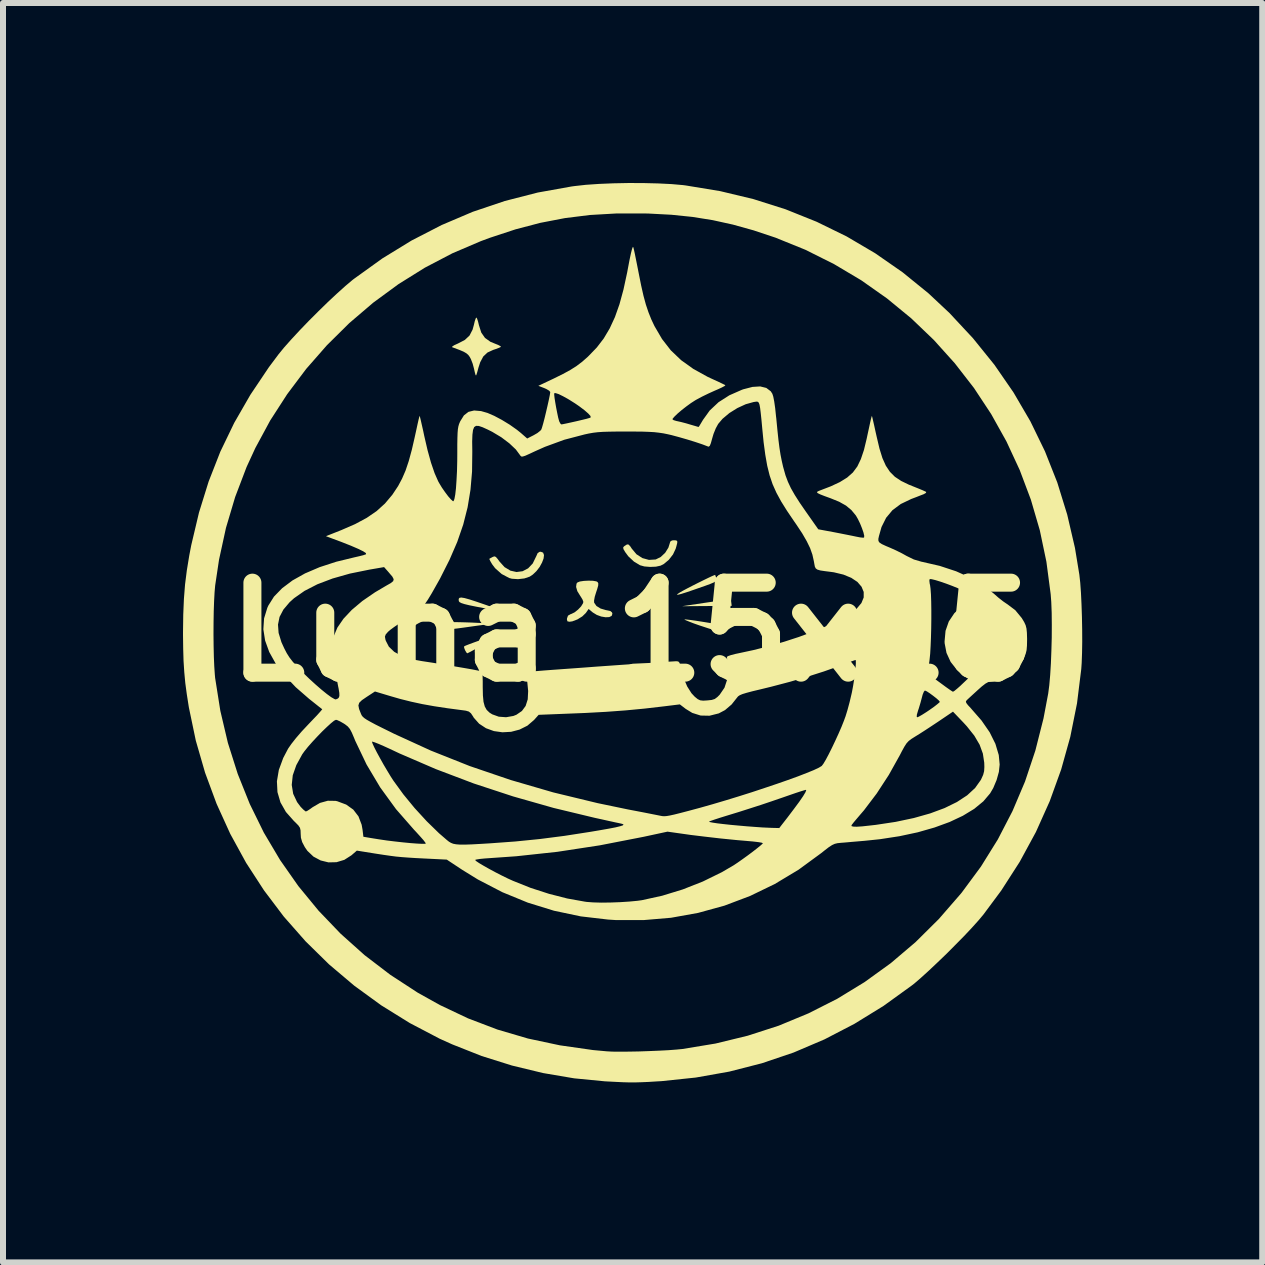
<source format=kicad_pcb>
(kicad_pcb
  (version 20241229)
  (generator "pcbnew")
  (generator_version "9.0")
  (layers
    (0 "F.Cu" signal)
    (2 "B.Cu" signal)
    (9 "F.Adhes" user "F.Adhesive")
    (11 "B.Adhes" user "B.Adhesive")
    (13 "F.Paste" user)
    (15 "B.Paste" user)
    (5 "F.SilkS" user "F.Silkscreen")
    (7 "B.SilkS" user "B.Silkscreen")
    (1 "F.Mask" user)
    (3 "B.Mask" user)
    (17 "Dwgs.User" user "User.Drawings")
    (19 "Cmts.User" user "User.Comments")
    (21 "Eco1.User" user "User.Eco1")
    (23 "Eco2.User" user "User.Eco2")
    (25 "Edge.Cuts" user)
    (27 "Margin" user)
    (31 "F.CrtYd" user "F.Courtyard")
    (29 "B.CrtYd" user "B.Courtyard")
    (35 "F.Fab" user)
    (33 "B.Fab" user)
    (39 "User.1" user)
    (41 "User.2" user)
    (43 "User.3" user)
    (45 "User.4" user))
  (footprint "Luna_15x15"
    (layer "F.Cu")
    (at 7.478 7.482)
    (property "Reference" "Luna_15x15" (at 0 0 0) (layer "F.SilkS") (effects (font (size 1.5 1.5) (thickness 0.3))))
    (attr board_only exclude_from_pos_files exclude_from_bom)
    (fp_poly (pts (xy 1.649 -0.544) (xy 1.655 -0.521) (xy 1.66 -0.487) (xy 1.666 -0.435) (xy 1.252 -0.432) (xy 0.838 -0.429) (xy 1.241 -0.489) (xy 1.366 -0.507) (xy 1.476 -0.523) (xy 1.564 -0.535) (xy 1.624 -0.542) (xy 1.649 -0.544)) (stroke (width 0) (type solid)) (fill yes) (layer "F.SilkS"))
    (fp_poly (pts (xy -2.876 -0.163) (xy -2.766 -0.16) (xy -2.679 -0.157) (xy -2.324 -0.14) (xy -2.663 -0.092) (xy -2.805 -0.072) (xy -2.91 -0.058) (xy -2.983 -0.05) (xy -3.032 -0.047) (xy -3.06 -0.05) (xy -3.073 -0.059) (xy -3.077 -0.074) (xy -3.077 -0.094) (xy -3.077 -0.094) (xy -3.069 -0.139) (xy -3.055 -0.159) (xy -3.028 -0.163) (xy -2.966 -0.164)) (stroke (width 0) (type solid)) (fill yes) (layer "F.SilkS"))
    (fp_poly (pts (xy -2.786 -0.565) (xy -2.703 -0.542) (xy -2.586 -0.504) (xy -2.534 -0.486) (xy -2.426 -0.449) (xy -2.332 -0.416) (xy -2.26 -0.39) (xy -2.217 -0.373) (xy -2.209 -0.369) (xy -2.216 -0.362) (xy -2.263 -0.364) (xy -2.35 -0.377) (xy -2.474 -0.399) (xy -2.589 -0.421) (xy -2.707 -0.445) (xy -2.789 -0.465) (xy -2.841 -0.482) (xy -2.87 -0.498) (xy -2.882 -0.515) (xy -2.882 -0.517) (xy -2.884 -0.549) (xy -2.872 -0.568) (xy -2.841 -0.574)) (stroke (width 0) (type solid)) (fill yes) (layer "F.SilkS"))
    (fp_poly (pts (xy -2.178 0.027) (xy -2.19 0.039) (xy -2.232 0.066) (xy -2.297 0.106) (xy -2.376 0.154) (xy -2.464 0.205) (xy -2.552 0.256) (xy -2.634 0.301) (xy -2.702 0.337) (xy -2.739 0.356) (xy -2.755 0.343) (xy -2.777 0.305) (xy -2.793 0.263) (xy -2.794 0.241) (xy -2.769 0.228) (xy -2.713 0.206) (xy -2.635 0.177) (xy -2.543 0.144) (xy -2.446 0.11) (xy -2.352 0.079) (xy -2.271 0.052) (xy -2.211 0.034) (xy -2.18 0.027)) (stroke (width 0) (type solid)) (fill yes) (layer "F.SilkS"))
    (fp_poly (pts (xy 0.917 -0.207) (xy 0.986 -0.199) (xy 1.077 -0.186) (xy 1.178 -0.17) (xy 1.277 -0.154) (xy 1.361 -0.14) (xy 1.421 -0.131) (xy 1.448 -0.128) (xy 1.448 -0.128) (xy 1.46 -0.109) (xy 1.464 -0.076) (xy 1.458 -0.032) (xy 1.448 -0.015) (xy 1.424 -0.018) (xy 1.366 -0.033) (xy 1.284 -0.058) (xy 1.184 -0.091) (xy 1.135 -0.107) (xy 1.035 -0.142) (xy 0.955 -0.173) (xy 0.901 -0.195) (xy 0.878 -0.208) (xy 0.881 -0.21)) (stroke (width 0) (type solid)) (fill yes) (layer "F.SilkS"))
    (fp_poly (pts (xy 1.399 -0.928) (xy 1.41 -0.896) (xy 1.415 -0.876) (xy 1.412 -0.859) (xy 1.396 -0.842) (xy 1.363 -0.823) (xy 1.308 -0.8) (xy 1.224 -0.769) (xy 1.109 -0.729) (xy 1.032 -0.702) (xy 0.908 -0.66) (xy 0.822 -0.633) (xy 0.771 -0.62) (xy 0.753 -0.621) (xy 0.767 -0.635) (xy 0.802 -0.658) (xy 0.851 -0.686) (xy 0.922 -0.724) (xy 1.007 -0.768) (xy 1.1 -0.815) (xy 1.191 -0.86) (xy 1.273 -0.9) (xy 1.339 -0.931) (xy 1.38 -0.948) (xy 1.39 -0.951)) (stroke (width 0) (type solid)) (fill yes) (layer "F.SilkS"))
    (fp_poly (pts (xy -1.477 -1.322) (xy -1.462 -1.282) (xy -1.469 -1.224) (xy -1.495 -1.156) (xy -1.535 -1.083) (xy -1.588 -1.014) (xy -1.649 -0.956) (xy -1.7 -0.922) (xy -1.789 -0.892) (xy -1.895 -0.88) (xy -1.997 -0.887) (xy -2.042 -0.899) (xy -2.168 -0.966) (xy -2.277 -1.063) (xy -2.326 -1.128) (xy -2.356 -1.179) (xy -2.372 -1.213) (xy -2.373 -1.219) (xy -2.351 -1.232) (xy -2.319 -1.249) (xy -2.29 -1.26) (xy -2.265 -1.251) (xy -2.234 -1.216) (xy -2.207 -1.178) (xy -2.12 -1.081) (xy -2.022 -1.022) (xy -1.92 -0.999) (xy -1.819 -1.012) (xy -1.727 -1.06) (xy -1.65 -1.141) (xy -1.594 -1.256) (xy -1.593 -1.257) (xy -1.569 -1.312) (xy -1.539 -1.334) (xy -1.516 -1.337)) (stroke (width 0) (type solid)) (fill yes) (layer "F.SilkS"))
    (fp_poly (pts (xy 0.74 -1.526) (xy 0.758 -1.515) (xy 0.759 -1.486) (xy 0.745 -1.43) (xy 0.733 -1.388) (xy 0.688 -1.292) (xy 0.618 -1.202) (xy 0.535 -1.133) (xy 0.481 -1.105) (xy 0.403 -1.088) (xy 0.306 -1.084) (xy 0.21 -1.092) (xy 0.138 -1.112) (xy 0.037 -1.173) (xy -0.057 -1.261) (xy -0.108 -1.33) (xy -0.137 -1.379) (xy -0.143 -1.406) (xy -0.129 -1.426) (xy -0.116 -1.435) (xy -0.078 -1.459) (xy -0.051 -1.456) (xy -0.022 -1.424) (xy -0.000234 -1.39) (xy 0.079 -1.295) (xy 0.178 -1.231) (xy 0.287 -1.201) (xy 0.398 -1.208) (xy 0.402 -1.209) (xy 0.484 -1.25) (xy 0.558 -1.32) (xy 0.611 -1.405) (xy 0.628 -1.458) (xy 0.643 -1.507) (xy 0.671 -1.525) (xy 0.703 -1.528)) (stroke (width 0) (type solid)) (fill yes) (layer "F.SilkS"))
    (fp_poly (pts (xy -2.577 -5.222) (xy -2.561 -5.173) (xy -2.546 -5.111) (xy -2.507 -4.989) (xy -2.445 -4.9) (xy -2.355 -4.836) (xy -2.282 -4.806) (xy -2.223 -4.782) (xy -2.186 -4.762) (xy -2.18 -4.751) (xy -2.208 -4.737) (xy -2.263 -4.716) (xy -2.308 -4.701) (xy -2.404 -4.657) (xy -2.474 -4.591) (xy -2.525 -4.495) (xy -2.554 -4.406) (xy -2.572 -4.339) (xy -2.587 -4.29) (xy -2.595 -4.273) (xy -2.604 -4.287) (xy -2.616 -4.332) (xy -2.629 -4.39) (xy -2.651 -4.472) (xy -2.681 -4.549) (xy -2.701 -4.586) (xy -2.726 -4.619) (xy -2.757 -4.645) (xy -2.8 -4.67) (xy -2.865 -4.698) (xy -2.961 -4.734) (xy -2.992 -4.745) (xy -2.992 -4.757) (xy -2.956 -4.78) (xy -2.896 -4.807) (xy -2.782 -4.866) (xy -2.703 -4.94) (xy -2.652 -5.039) (xy -2.631 -5.115) (xy -2.615 -5.182) (xy -2.599 -5.227) (xy -2.589 -5.241)) (stroke (width 0) (type solid)) (fill yes) (layer "F.SilkS"))
    (fp_poly (pts (xy -0.646 -0.853) (xy -0.589 -0.843) (xy -0.569 -0.832) (xy -0.557 -0.809) (xy -0.559 -0.773) (xy -0.576 -0.712) (xy -0.591 -0.668) (xy -0.616 -0.587) (xy -0.628 -0.521) (xy -0.626 -0.488) (xy -0.588 -0.433) (xy -0.518 -0.39) (xy -0.426 -0.363) (xy -0.416 -0.362) (xy -0.357 -0.349) (xy -0.329 -0.326) (xy -0.322 -0.305) (xy -0.334 -0.268) (xy -0.374 -0.248) (xy -0.435 -0.245) (xy -0.508 -0.257) (xy -0.582 -0.284) (xy -0.649 -0.325) (xy -0.655 -0.33) (xy -0.718 -0.383) (xy -0.765 -0.316) (xy -0.824 -0.259) (xy -0.905 -0.209) (xy -0.989 -0.177) (xy -1.036 -0.17) (xy -1.071 -0.177) (xy -1.08 -0.207) (xy -1.078 -0.227) (xy -1.062 -0.272) (xy -1.018 -0.297) (xy -1.005 -0.301) (xy -0.952 -0.327) (xy -0.894 -0.373) (xy -0.843 -0.427) (xy -0.812 -0.478) (xy -0.806 -0.501) (xy -0.819 -0.538) (xy -0.849 -0.588) (xy -0.859 -0.603) (xy -0.906 -0.679) (xy -0.927 -0.75) (xy -0.92 -0.805) (xy -0.905 -0.825) (xy -0.864 -0.841) (xy -0.798 -0.851) (xy -0.72 -0.855)) (stroke (width 0) (type solid)) (fill yes) (layer "F.SilkS"))
    (fp_poly (pts (xy 0.199 -7.481) (xy 0.441 -7.475) (xy 0.664 -7.464) (xy 0.857 -7.447) (xy 0.902 -7.441) (xy 1.473 -7.347) (xy 2.028 -7.214) (xy 2.564 -7.044) (xy 3.082 -6.836) (xy 3.581 -6.592) (xy 4.058 -6.311) (xy 4.513 -5.995) (xy 4.945 -5.644) (xy 5.295 -5.316) (xy 5.688 -4.894) (xy 6.045 -4.452) (xy 6.363 -3.991) (xy 6.644 -3.51) (xy 6.887 -3.01) (xy 7.092 -2.492) (xy 7.258 -1.955) (xy 7.387 -1.4) (xy 7.46 -0.955) (xy 7.475 -0.819) (xy 7.487 -0.651) (xy 7.496 -0.46) (xy 7.503 -0.254) (xy 7.507 -0.044) (xy 7.508 0.16) (xy 7.505 0.35) (xy 7.499 0.516) (xy 7.492 0.617) (xy 7.421 1.19) (xy 7.309 1.748) (xy 7.157 2.292) (xy 6.966 2.821) (xy 6.736 3.334) (xy 6.466 3.831) (xy 6.158 4.31) (xy 5.86 4.711) (xy 5.776 4.811) (xy 5.667 4.932) (xy 5.538 5.069) (xy 5.395 5.214) (xy 5.247 5.363) (xy 5.097 5.507) (xy 4.954 5.642) (xy 4.823 5.761) (xy 4.711 5.858) (xy 4.663 5.895) (xy 4.195 6.233) (xy 3.711 6.531) (xy 3.212 6.79) (xy 2.698 7.009) (xy 2.169 7.188) (xy 1.626 7.327) (xy 1.068 7.426) (xy 0.495 7.486) (xy 0.424 7.49) (xy 0.279 7.499) (xy 0.161 7.504) (xy 0.058 7.507) (xy -0.041 7.507) (xy -0.148 7.504) (xy -0.272 7.498) (xy -0.427 7.49) (xy -0.446 7.489) (xy -0.96 7.439) (xy -1.478 7.351) (xy -1.995 7.226) (xy -2.501 7.067) (xy -2.989 6.874) (xy -3.2 6.779) (xy -3.7 6.517) (xy -4.175 6.222) (xy -4.623 5.896) (xy -5.044 5.54) (xy -5.436 5.155) (xy -5.798 4.744) (xy -6.128 4.307) (xy -6.426 3.848) (xy -6.69 3.366) (xy -6.918 2.865) (xy -7.11 2.346) (xy -7.265 1.81) (xy -7.38 1.259) (xy -7.383 1.241) (xy -7.415 1.037) (xy -7.44 0.851) (xy -7.457 0.67) (xy -7.469 0.484) (xy -7.475 0.281) (xy -7.478 0.049) (xy -7.478 0.04) (xy -6.97 0.04) (xy -6.968 0.232) (xy -6.964 0.413) (xy -6.957 0.575) (xy -6.948 0.708) (xy -6.943 0.764) (xy -6.856 1.314) (xy -6.73 1.849) (xy -6.566 2.366) (xy -6.366 2.865) (xy -6.131 3.344) (xy -5.86 3.801) (xy -5.556 4.235) (xy -5.219 4.645) (xy -4.851 5.029) (xy -4.452 5.386) (xy -4.024 5.713) (xy -3.567 6.011) (xy -3.196 6.218) (xy -2.727 6.44) (xy -2.238 6.626) (xy -1.728 6.776) (xy -1.197 6.889) (xy -0.644 6.968) (xy -0.414 6.989) (xy -0.322 6.994) (xy -0.196 6.995) (xy -0.047 6.994) (xy 0.118 6.991) (xy 0.288 6.985) (xy 0.456 6.978) (xy 0.611 6.97) (xy 0.744 6.96) (xy 0.847 6.95) (xy 1.398 6.859) (xy 1.932 6.729) (xy 2.449 6.562) (xy 2.946 6.356) (xy 3.424 6.114) (xy 3.881 5.835) (xy 4.317 5.52) (xy 4.729 5.17) (xy 5.118 4.784) (xy 5.482 4.365) (xy 5.501 4.342) (xy 5.82 3.91) (xy 6.101 3.458) (xy 6.346 2.985) (xy 6.555 2.492) (xy 6.727 1.976) (xy 6.863 1.439) (xy 6.941 1.026) (xy 6.959 0.888) (xy 6.974 0.717) (xy 6.986 0.521) (xy 6.994 0.311) (xy 7 0.094) (xy 7.001 -0.119) (xy 6.999 -0.32) (xy 6.992 -0.5) (xy 6.982 -0.631) (xy 6.911 -1.17) (xy 6.801 -1.695) (xy 6.652 -2.205) (xy 6.466 -2.699) (xy 6.245 -3.175) (xy 5.99 -3.632) (xy 5.703 -4.067) (xy 5.384 -4.478) (xy 5.036 -4.865) (xy 4.659 -5.226) (xy 4.255 -5.558) (xy 3.825 -5.861) (xy 3.371 -6.131) (xy 2.895 -6.369) (xy 2.397 -6.571) (xy 2.031 -6.693) (xy 1.686 -6.789) (xy 1.35 -6.863) (xy 1.012 -6.917) (xy 0.661 -6.953) (xy 0.284 -6.973) (xy 0.198 -6.975) (xy -0.262 -6.974) (xy -0.696 -6.949) (xy -1.114 -6.897) (xy -1.524 -6.818) (xy -1.936 -6.71) (xy -2.361 -6.57) (xy -2.515 -6.513) (xy -2.988 -6.311) (xy -3.447 -6.071) (xy -3.888 -5.796) (xy -4.309 -5.487) (xy -4.707 -5.147) (xy -5.08 -4.778) (xy -5.426 -4.383) (xy -5.741 -3.964) (xy -6.025 -3.524) (xy -6.273 -3.065) (xy -6.419 -2.748) (xy -6.609 -2.249) (xy -6.762 -1.735) (xy -6.878 -1.203) (xy -6.942 -0.775) (xy -6.952 -0.661) (xy -6.96 -0.514) (xy -6.966 -0.342) (xy -6.969 -0.155) (xy -6.97 0.04) (xy -7.478 0.04) (xy -7.478 0) (xy -7.474 -0.29) (xy -7.463 -0.55) (xy -7.444 -0.792) (xy -7.414 -1.029) (xy -7.374 -1.273) (xy -7.341 -1.445) (xy -7.212 -1.989) (xy -7.051 -2.507) (xy -6.856 -3.005) (xy -6.624 -3.486) (xy -6.355 -3.953) (xy -6.047 -4.412) (xy -5.887 -4.626) (xy -5.794 -4.74) (xy -5.674 -4.875) (xy -5.535 -5.025) (xy -5.383 -5.183) (xy -5.224 -5.342) (xy -5.065 -5.497) (xy -4.912 -5.64) (xy -4.772 -5.766) (xy -4.651 -5.868) (xy -4.626 -5.887) (xy -4.156 -6.225) (xy -3.67 -6.523) (xy -3.167 -6.782) (xy -2.65 -7.002) (xy -2.116 -7.182) (xy -1.567 -7.323) (xy -1.004 -7.424) (xy -0.953 -7.431) (xy -0.764 -7.452) (xy -0.545 -7.467) (xy -0.304 -7.477) (xy -0.053 -7.482)) (stroke (width 0) (type solid)) (fill yes) (layer "F.SilkS"))
    (fp_poly (pts (xy 0.025 -6.415) (xy 0.034 -6.383) (xy 0.049 -6.316) (xy 0.068 -6.222) (xy 0.091 -6.108) (xy 0.116 -5.981) (xy 0.116 -5.981) (xy 0.157 -5.775) (xy 0.196 -5.603) (xy 0.236 -5.456) (xy 0.279 -5.328) (xy 0.327 -5.208) (xy 0.379 -5.098) (xy 0.505 -4.882) (xy 0.651 -4.694) (xy 0.824 -4.529) (xy 1.028 -4.383) (xy 1.267 -4.251) (xy 1.351 -4.212) (xy 1.435 -4.174) (xy 1.504 -4.141) (xy 1.549 -4.119) (xy 1.561 -4.112) (xy 1.548 -4.099) (xy 1.503 -4.075) (xy 1.434 -4.043) (xy 1.385 -4.022) (xy 1.281 -3.975) (xy 1.172 -3.922) (xy 1.077 -3.871) (xy 1.058 -3.86) (xy 0.988 -3.815) (xy 0.911 -3.759) (xy 0.834 -3.699) (xy 0.765 -3.64) (xy 0.712 -3.589) (xy 0.682 -3.554) (xy 0.679 -3.544) (xy 0.698 -3.53) (xy 0.744 -3.516) (xy 0.759 -3.513) (xy 0.822 -3.499) (xy 0.906 -3.477) (xy 0.973 -3.457) (xy 1.042 -3.437) (xy 1.093 -3.422) (xy 1.114 -3.416) (xy 1.127 -3.433) (xy 1.154 -3.478) (xy 1.188 -3.535) (xy 1.3 -3.691) (xy 1.447 -3.829) (xy 1.627 -3.944) (xy 1.834 -4.035) (xy 1.858 -4.044) (xy 2.013 -4.084) (xy 2.141 -4.092) (xy 2.243 -4.067) (xy 2.317 -4.011) (xy 2.344 -3.969) (xy 2.359 -3.922) (xy 2.375 -3.84) (xy 2.391 -3.728) (xy 2.405 -3.593) (xy 2.409 -3.561) (xy 2.428 -3.364) (xy 2.445 -3.203) (xy 2.462 -3.069) (xy 2.48 -2.954) (xy 2.5 -2.853) (xy 2.522 -2.756) (xy 2.53 -2.727) (xy 2.563 -2.61) (xy 2.603 -2.503) (xy 2.653 -2.396) (xy 2.718 -2.282) (xy 2.801 -2.152) (xy 2.901 -2.007) (xy 3.109 -1.711) (xy 3.363 -1.664) (xy 3.476 -1.642) (xy 3.587 -1.62) (xy 3.682 -1.601) (xy 3.739 -1.589) (xy 3.806 -1.576) (xy 3.855 -1.571) (xy 3.872 -1.573) (xy 3.875 -1.602) (xy 3.862 -1.658) (xy 3.837 -1.73) (xy 3.805 -1.809) (xy 3.769 -1.883) (xy 3.736 -1.94) (xy 3.661 -2.031) (xy 3.571 -2.106) (xy 3.457 -2.17) (xy 3.317 -2.227) (xy 3.21 -2.266) (xy 3.139 -2.294) (xy 3.099 -2.314) (xy 3.087 -2.329) (xy 3.098 -2.341) (xy 3.127 -2.354) (xy 3.13 -2.355) (xy 3.317 -2.427) (xy 3.469 -2.498) (xy 3.59 -2.573) (xy 3.685 -2.657) (xy 3.76 -2.758) (xy 3.819 -2.881) (xy 3.87 -3.032) (xy 3.915 -3.218) (xy 3.929 -3.284) (xy 3.953 -3.394) (xy 3.973 -3.487) (xy 3.989 -3.557) (xy 4 -3.595) (xy 4.002 -3.601) (xy 4.009 -3.58) (xy 4.022 -3.523) (xy 4.041 -3.44) (xy 4.064 -3.335) (xy 4.083 -3.251) (xy 4.129 -3.056) (xy 4.178 -2.898) (xy 4.235 -2.771) (xy 4.303 -2.669) (xy 4.386 -2.586) (xy 4.49 -2.517) (xy 4.618 -2.455) (xy 4.685 -2.428) (xy 4.772 -2.393) (xy 4.845 -2.363) (xy 4.893 -2.341) (xy 4.908 -2.333) (xy 4.903 -2.317) (xy 4.868 -2.297) (xy 4.866 -2.296) (xy 4.816 -2.277) (xy 4.743 -2.248) (xy 4.661 -2.217) (xy 4.658 -2.216) (xy 4.483 -2.132) (xy 4.345 -2.029) (xy 4.24 -1.903) (xy 4.163 -1.749) (xy 4.12 -1.597) (xy 4.11 -1.55) (xy 4.112 -1.516) (xy 4.129 -1.49) (xy 4.169 -1.464) (xy 4.238 -1.432) (xy 4.307 -1.403) (xy 4.403 -1.36) (xy 4.502 -1.311) (xy 4.583 -1.266) (xy 4.583 -1.266) (xy 4.702 -1.208) (xy 4.831 -1.17) (xy 4.838 -1.169) (xy 5.134 -1.101) (xy 5.407 -1.011) (xy 5.652 -0.901) (xy 5.866 -0.774) (xy 6.037 -0.637) (xy 6.112 -0.571) (xy 6.191 -0.509) (xy 6.257 -0.464) (xy 6.262 -0.461) (xy 6.392 -0.363) (xy 6.5 -0.232) (xy 6.541 -0.164) (xy 6.565 -0.112) (xy 6.579 -0.057) (xy 6.586 0.013) (xy 6.589 0.112) (xy 6.589 0.127) (xy 6.587 0.228) (xy 6.581 0.301) (xy 6.567 0.36) (xy 6.544 0.419) (xy 6.529 0.45) (xy 6.476 0.538) (xy 6.408 0.622) (xy 6.373 0.656) (xy 6.283 0.721) (xy 6.178 0.776) (xy 6.073 0.814) (xy 5.982 0.828) (xy 5.942 0.835) (xy 5.895 0.861) (xy 5.832 0.91) (xy 5.766 0.969) (xy 5.696 1.033) (xy 5.636 1.088) (xy 5.594 1.127) (xy 5.582 1.139) (xy 5.569 1.157) (xy 5.575 1.182) (xy 5.603 1.219) (xy 5.658 1.278) (xy 5.658 1.279) (xy 5.83 1.476) (xy 5.965 1.671) (xy 6.061 1.864) (xy 6.117 2.051) (xy 6.132 2.209) (xy 6.119 2.332) (xy 6.081 2.468) (xy 6.025 2.601) (xy 5.973 2.69) (xy 5.86 2.823) (xy 5.708 2.948) (xy 5.519 3.063) (xy 5.298 3.167) (xy 5.046 3.259) (xy 4.766 3.339) (xy 4.462 3.404) (xy 4.136 3.454) (xy 3.886 3.48) (xy 3.769 3.49) (xy 3.653 3.5) (xy 3.553 3.509) (xy 3.488 3.514) (xy 3.43 3.52) (xy 3.384 3.531) (xy 3.34 3.551) (xy 3.287 3.585) (xy 3.218 3.638) (xy 3.159 3.685) (xy 2.781 3.962) (xy 2.385 4.2) (xy 1.972 4.4) (xy 1.546 4.561) (xy 1.106 4.682) (xy 0.656 4.763) (xy 0.196 4.802) (xy -0.272 4.801) (xy -0.395 4.793) (xy -0.849 4.74) (xy -1.295 4.646) (xy -1.732 4.511) (xy -2.156 4.337) (xy -2.564 4.125) (xy -2.825 3.964) (xy -3.073 3.8) (xy -2.61 3.8) (xy -2.592 3.819) (xy -2.543 3.852) (xy -2.469 3.896) (xy -2.377 3.948) (xy -2.275 4.003) (xy -2.168 4.058) (xy -2.064 4.109) (xy -1.98 4.147) (xy -1.685 4.265) (xy -1.379 4.364) (xy -1.074 4.442) (xy -0.784 4.494) (xy -0.75 4.499) (xy -0.643 4.507) (xy -0.507 4.511) (xy -0.352 4.509) (xy -0.192 4.503) (xy -0.038 4.493) (xy 0.098 4.48) (xy 0.17 4.47) (xy 0.507 4.396) (xy 0.85 4.291) (xy 1.185 4.159) (xy 1.501 4.004) (xy 1.698 3.889) (xy 1.767 3.843) (xy 1.848 3.786) (xy 1.934 3.724) (xy 2.017 3.662) (xy 2.09 3.605) (xy 2.147 3.559) (xy 2.18 3.529) (xy 2.186 3.521) (xy 2.166 3.512) (xy 2.114 3.503) (xy 2.039 3.494) (xy 2.011 3.491) (xy 1.746 3.468) (xy 1.476 3.441) (xy 1.216 3.411) (xy 0.978 3.382) (xy 0.908 3.372) (xy 0.596 3.328) (xy 0.197 3.414) (xy -0.532 3.556) (xy -1.239 3.664) (xy -1.924 3.738) (xy -2.35 3.768) (xy -2.449 3.775) (xy -2.531 3.783) (xy -2.587 3.792) (xy -2.61 3.799) (xy -2.61 3.8) (xy -3.073 3.8) (xy -3.081 3.794) (xy -3.445 3.776) (xy -3.602 3.768) (xy -3.727 3.76) (xy -3.833 3.752) (xy -3.929 3.743) (xy -4.028 3.73) (xy -4.14 3.714) (xy -4.276 3.693) (xy -4.301 3.689) (xy -4.581 3.644) (xy -4.671 3.722) (xy -4.79 3.798) (xy -4.92 3.837) (xy -5.054 3.84) (xy -5.184 3.808) (xy -5.304 3.744) (xy -5.405 3.648) (xy -5.448 3.586) (xy -5.492 3.502) (xy -5.513 3.429) (xy -5.517 3.364) (xy -5.519 3.306) (xy -5.529 3.264) (xy -5.555 3.225) (xy -5.603 3.176) (xy -5.631 3.149) (xy -5.763 3) (xy -5.854 2.84) (xy -5.904 2.669) (xy -5.91 2.549) (xy -5.666 2.549) (xy -5.642 2.697) (xy -5.577 2.835) (xy -5.518 2.914) (xy -5.474 2.959) (xy -5.44 2.987) (xy -5.43 2.992) (xy -5.404 2.98) (xy -5.357 2.949) (xy -5.317 2.92) (xy -5.195 2.849) (xy -5.065 2.813) (xy -4.936 2.815) (xy -4.908 2.821) (xy -4.758 2.877) (xy -4.64 2.961) (xy -4.554 3.073) (xy -4.501 3.212) (xy -4.486 3.296) (xy -4.472 3.413) (xy -4.342 3.435) (xy -4.218 3.455) (xy -4.083 3.475) (xy -3.944 3.492) (xy -3.808 3.507) (xy -3.683 3.519) (xy -3.576 3.527) (xy -3.493 3.531) (xy -3.442 3.53) (xy -3.432 3.527) (xy -3.44 3.51) (xy -3.472 3.468) (xy -3.526 3.407) (xy -3.594 3.332) (xy -3.628 3.296) (xy -3.928 2.953) (xy -4.192 2.59) (xy -4.419 2.209) (xy -4.6 1.83) (xy -4.329 1.83) (xy -4.318 1.863) (xy -4.29 1.924) (xy -4.247 2.008) (xy -4.194 2.105) (xy -4.136 2.209) (xy -4.075 2.312) (xy -4.017 2.408) (xy -3.971 2.479) (xy -3.806 2.706) (xy -3.618 2.935) (xy -3.416 3.155) (xy -3.212 3.354) (xy -3.08 3.468) (xy -3.046 3.495) (xy -3.012 3.515) (xy -2.974 3.53) (xy -2.925 3.539) (xy -2.861 3.544) (xy -2.775 3.544) (xy -2.662 3.54) (xy -2.517 3.532) (xy -2.366 3.523) (xy -1.942 3.492) (xy -1.532 3.451) (xy -1.12 3.398) (xy -0.689 3.331) (xy -0.541 3.306) (xy -0.387 3.279) (xy -0.272 3.257) (xy -0.194 3.238) (xy -0.15 3.224) (xy -0.136 3.211) (xy -0.151 3.201) (xy -0.172 3.195) (xy -0.208 3.187) (xy -0.279 3.172) (xy -0.328 3.161) (xy 1.288 3.161) (xy 1.301 3.168) (xy 1.351 3.178) (xy 1.43 3.19) (xy 1.533 3.202) (xy 1.653 3.215) (xy 1.784 3.227) (xy 1.92 3.239) (xy 2.054 3.249) (xy 2.18 3.258) (xy 2.292 3.263) (xy 2.338 3.265) (xy 2.459 3.268) (xy 2.496 3.22) (xy 3.663 3.22) (xy 3.664 3.236) (xy 3.692 3.244) (xy 3.75 3.246) (xy 3.841 3.24) (xy 3.969 3.226) (xy 4.067 3.215) (xy 4.398 3.165) (xy 4.701 3.101) (xy 4.974 3.024) (xy 5.214 2.935) (xy 5.42 2.834) (xy 5.591 2.722) (xy 5.723 2.6) (xy 5.816 2.469) (xy 5.826 2.45) (xy 5.857 2.381) (xy 5.873 2.32) (xy 5.877 2.25) (xy 5.875 2.179) (xy 5.852 2.027) (xy 5.798 1.879) (xy 5.71 1.729) (xy 5.585 1.572) (xy 5.53 1.512) (xy 5.354 1.328) (xy 5.101 1.499) (xy 4.997 1.568) (xy 4.892 1.637) (xy 4.797 1.698) (xy 4.724 1.743) (xy 4.716 1.748) (xy 4.659 1.784) (xy 4.616 1.817) (xy 4.58 1.856) (xy 4.545 1.91) (xy 4.503 1.986) (xy 4.468 2.054) (xy 4.285 2.382) (xy 4.083 2.692) (xy 3.87 2.973) (xy 3.808 3.045) (xy 3.75 3.113) (xy 3.701 3.171) (xy 3.67 3.211) (xy 3.663 3.22) (xy 2.496 3.22) (xy 2.595 3.093) (xy 2.704 2.949) (xy 2.792 2.83) (xy 2.856 2.737) (xy 2.895 2.672) (xy 2.908 2.637) (xy 2.904 2.631) (xy 2.876 2.638) (xy 2.814 2.657) (xy 2.726 2.686) (xy 2.619 2.723) (xy 2.498 2.765) (xy 2.489 2.768) (xy 2.332 2.822) (xy 2.151 2.883) (xy 1.964 2.943) (xy 1.789 2.999) (xy 1.704 3.025) (xy 1.58 3.063) (xy 1.47 3.097) (xy 1.381 3.126) (xy 1.318 3.148) (xy 1.289 3.16) (xy 1.288 3.161) (xy -0.328 3.161) (xy -0.375 3.151) (xy -0.491 3.125) (xy -0.615 3.098) (xy -1.301 2.933) (xy -1.976 2.741) (xy -2.633 2.525) (xy -3.266 2.285) (xy -3.869 2.025) (xy -4.026 1.951) (xy -4.129 1.904) (xy -4.216 1.866) (xy -4.283 1.84) (xy -4.321 1.828) (xy -4.329 1.83) (xy -4.6 1.83) (xy -4.608 1.813) (xy -4.627 1.766) (xy -4.665 1.677) (xy -4.697 1.617) (xy -4.732 1.575) (xy -4.777 1.54) (xy -4.797 1.527) (xy -4.858 1.492) (xy -4.908 1.469) (xy -4.929 1.464) (xy -4.96 1.479) (xy -5.012 1.521) (xy -5.08 1.583) (xy -5.159 1.659) (xy -5.241 1.744) (xy -5.322 1.831) (xy -5.396 1.915) (xy -5.456 1.99) (xy -5.491 2.039) (xy -5.59 2.22) (xy -5.649 2.389) (xy -5.666 2.549) (xy -5.91 2.549) (xy -5.913 2.489) (xy -5.881 2.299) (xy -5.808 2.1) (xy -5.726 1.944) (xy -5.672 1.866) (xy -5.595 1.768) (xy -5.5 1.658) (xy -5.394 1.545) (xy -5.314 1.461) (xy -5.245 1.389) (xy -5.194 1.332) (xy -5.164 1.297) (xy -5.158 1.288) (xy -5.177 1.273) (xy -5.223 1.237) (xy -5.239 1.224) (xy -4.555 1.224) (xy -4.544 1.283) (xy -4.511 1.367) (xy -4.5 1.39) (xy -4.483 1.412) (xy -4.456 1.436) (xy -4.414 1.464) (xy -4.354 1.498) (xy -4.27 1.543) (xy -4.158 1.599) (xy -4.014 1.67) (xy -3.964 1.695) (xy -3.348 1.977) (xy -2.699 2.235) (xy -2.018 2.467) (xy -1.307 2.674) (xy -0.567 2.853) (xy -0.062 2.958) (xy 0.08 2.985) (xy 0.21 3.01) (xy 0.321 3.032) (xy 0.407 3.049) (xy 0.462 3.06) (xy 0.477 3.063) (xy 0.51 3.069) (xy 0.543 3.071) (xy 0.582 3.068) (xy 0.635 3.059) (xy 0.708 3.043) (xy 0.808 3.018) (xy 0.942 2.983) (xy 0.946 2.982) (xy 1.143 2.929) (xy 1.351 2.87) (xy 1.567 2.806) (xy 1.786 2.739) (xy 2.004 2.67) (xy 2.215 2.6) (xy 2.417 2.532) (xy 2.604 2.467) (xy 2.772 2.406) (xy 2.916 2.35) (xy 3.034 2.302) (xy 3.119 2.262) (xy 3.168 2.232) (xy 3.168 2.231) (xy 3.194 2.197) (xy 3.234 2.13) (xy 3.282 2.04) (xy 3.336 1.932) (xy 3.392 1.814) (xy 3.447 1.694) (xy 3.497 1.579) (xy 3.538 1.476) (xy 3.56 1.415) (xy 4.75 1.415) (xy 4.76 1.422) (xy 4.787 1.41) (xy 4.84 1.38) (xy 4.911 1.335) (xy 4.96 1.302) (xy 5.034 1.25) (xy 5.092 1.205) (xy 5.128 1.174) (xy 5.135 1.165) (xy 5.119 1.143) (xy 5.079 1.107) (xy 5.024 1.064) (xy 4.967 1.022) (xy 4.918 0.99) (xy 4.887 0.976) (xy 4.886 0.976) (xy 4.869 0.995) (xy 4.849 1.043) (xy 4.837 1.088) (xy 4.813 1.178) (xy 4.784 1.275) (xy 4.772 1.31) (xy 4.752 1.379) (xy 4.75 1.415) (xy 3.56 1.415) (xy 3.562 1.411) (xy 3.596 1.3) (xy 3.631 1.17) (xy 3.661 1.043) (xy 3.67 1.004) (xy 3.689 0.902) (xy 3.706 0.795) (xy 3.72 0.691) (xy 3.725 0.641) (xy 4.941 0.641) (xy 4.942 0.678) (xy 4.951 0.7) (xy 4.964 0.713) (xy 5.02 0.757) (xy 5.09 0.81) (xy 5.165 0.865) (xy 5.237 0.918) (xy 5.298 0.961) (xy 5.34 0.989) (xy 5.354 0.996) (xy 5.377 0.983) (xy 5.421 0.947) (xy 5.478 0.897) (xy 5.489 0.886) (xy 5.606 0.775) (xy 5.556 0.743) (xy 5.42 0.632) (xy 5.315 0.499) (xy 5.246 0.349) (xy 5.215 0.188) (xy 5.214 0.156) (xy 5.23 -0.019) (xy 5.284 -0.174) (xy 5.375 -0.31) (xy 5.377 -0.313) (xy 5.471 -0.404) (xy 5.57 -0.475) (xy 5.663 -0.518) (xy 5.675 -0.522) (xy 5.713 -0.537) (xy 5.719 -0.559) (xy 5.691 -0.591) (xy 5.626 -0.635) (xy 5.586 -0.659) (xy 5.523 -0.691) (xy 5.439 -0.728) (xy 5.343 -0.767) (xy 5.242 -0.805) (xy 5.146 -0.838) (xy 5.062 -0.864) (xy 5 -0.879) (xy 4.967 -0.882) (xy 4.966 -0.881) (xy 4.96 -0.856) (xy 4.966 -0.805) (xy 4.972 -0.78) (xy 4.98 -0.721) (xy 4.987 -0.627) (xy 4.991 -0.506) (xy 4.993 -0.366) (xy 4.993 -0.214) (xy 4.991 -0.057) (xy 4.987 0.096) (xy 4.981 0.239) (xy 4.974 0.363) (xy 4.964 0.46) (xy 4.961 0.486) (xy 4.947 0.58) (xy 4.941 0.641) (xy 3.725 0.641) (xy 3.73 0.599) (xy 3.735 0.525) (xy 3.735 0.479) (xy 3.73 0.467) (xy 3.708 0.474) (xy 3.653 0.494) (xy 3.574 0.523) (xy 3.477 0.56) (xy 3.443 0.573) (xy 3.203 0.658) (xy 2.93 0.745) (xy 2.635 0.831) (xy 2.327 0.912) (xy 2.147 0.956) (xy 2.013 0.988) (xy 1.915 1.014) (xy 1.846 1.035) (xy 1.801 1.054) (xy 1.773 1.073) (xy 1.761 1.087) (xy 1.665 1.208) (xy 1.555 1.302) (xy 1.451 1.357) (xy 1.296 1.396) (xy 1.149 1.393) (xy 1.009 1.349) (xy 0.9 1.282) (xy 0.802 1.207) (xy 0.534 1.24) (xy 0.215 1.277) (xy -0.1 1.307) (xy -0.426 1.331) (xy -0.774 1.35) (xy -0.975 1.358) (xy -1.551 1.381) (xy -1.628 1.467) (xy -1.739 1.562) (xy -1.869 1.627) (xy -2.01 1.664) (xy -2.155 1.672) (xy -2.297 1.652) (xy -2.429 1.604) (xy -2.543 1.529) (xy -2.633 1.428) (xy -2.643 1.41) (xy -2.679 1.356) (xy -2.714 1.327) (xy -2.764 1.312) (xy -2.807 1.306) (xy -3.065 1.272) (xy -3.29 1.238) (xy -3.491 1.202) (xy -3.676 1.162) (xy -3.856 1.117) (xy -4.019 1.07) (xy -4.279 0.992) (xy -4.421 1.085) (xy -4.497 1.137) (xy -4.541 1.18) (xy -4.555 1.224) (xy -5.239 1.224) (xy -5.288 1.185) (xy -5.366 1.123) (xy -5.374 1.117) (xy -5.599 0.921) (xy -5.785 0.724) (xy -5.933 0.528) (xy -6.041 0.334) (xy -6.11 0.143) (xy -6.139 -0.044) (xy -6.134 -0.123) (xy -5.895 -0.123) (xy -5.885 0.016) (xy -5.838 0.17) (xy -5.791 0.273) (xy -5.749 0.354) (xy -5.704 0.425) (xy -5.649 0.496) (xy -5.577 0.576) (xy -5.481 0.676) (xy -5.478 0.679) (xy -5.375 0.779) (xy -5.271 0.874) (xy -5.172 0.96) (xy -5.082 1.033) (xy -5.008 1.087) (xy -4.954 1.118) (xy -4.933 1.125) (xy -4.898 1.11) (xy -4.883 1.096) (xy -4.872 1.067) (xy -4.873 1.017) (xy -4.886 0.937) (xy -4.892 0.91) (xy -4.918 0.773) (xy -4.943 0.627) (xy -4.963 0.482) (xy -4.978 0.35) (xy -4.985 0.244) (xy -4.986 0.212) (xy -4.967 0.078) (xy -4.113 0.078) (xy -4.105 0.125) (xy -4.098 0.147) (xy -4.047 0.246) (xy -3.958 0.331) (xy -3.833 0.4) (xy -3.675 0.453) (xy -3.501 0.485) (xy -3.429 0.496) (xy -3.324 0.512) (xy -3.197 0.533) (xy -3.057 0.556) (xy -2.915 0.58) (xy -2.779 0.603) (xy -2.66 0.624) (xy -2.568 0.642) (xy -2.53 0.649) (xy -2.51 0.655) (xy -2.497 0.668) (xy -2.489 0.695) (xy -2.485 0.743) (xy -2.483 0.821) (xy -2.483 0.918) (xy -2.48 1.058) (xy -2.47 1.164) (xy -2.449 1.242) (xy -2.417 1.299) (xy -2.369 1.345) (xy -2.324 1.373) (xy -2.216 1.412) (xy -2.094 1.421) (xy -1.973 1.4) (xy -1.922 1.38) (xy -1.83 1.317) (xy -1.768 1.233) (xy -1.733 1.123) (xy -1.726 0.984) (xy -1.739 0.848) (xy -1.75 0.767) (xy -1.756 0.705) (xy -1.757 0.67) (xy -1.756 0.667) (xy -1.735 0.664) (xy -1.675 0.659) (xy -1.582 0.652) (xy -1.461 0.642) (xy -1.315 0.631) (xy -1.149 0.619) (xy -0.968 0.606) (xy -0.776 0.592) (xy -0.578 0.577) (xy -0.379 0.563) (xy -0.182 0.549) (xy 0.008 0.536) (xy 0.185 0.524) (xy 0.347 0.513) (xy 0.487 0.503) (xy 0.602 0.496) (xy 0.688 0.491) (xy 0.738 0.488) (xy 0.748 0.488) (xy 0.776 0.492) (xy 0.795 0.512) (xy 0.811 0.555) (xy 0.826 0.625) (xy 0.867 0.773) (xy 0.925 0.909) (xy 0.996 1.021) (xy 1.05 1.079) (xy 1.099 1.119) (xy 1.14 1.139) (xy 1.19 1.145) (xy 1.258 1.141) (xy 1.333 1.133) (xy 1.384 1.117) (xy 1.428 1.084) (xy 1.466 1.046) (xy 1.546 0.929) (xy 1.593 0.786) (xy 1.607 0.619) (xy 1.588 0.43) (xy 1.585 0.417) (xy 1.603 0.403) (xy 1.655 0.385) (xy 1.733 0.365) (xy 1.772 0.357) (xy 2.028 0.302) (xy 2.286 0.237) (xy 2.54 0.163) (xy 2.786 0.083) (xy 3.017 -0.002) (xy 3.23 -0.09) (xy 3.419 -0.178) (xy 3.578 -0.266) (xy 3.703 -0.35) (xy 3.75 -0.389) (xy 3.828 -0.482) (xy 3.866 -0.575) (xy 3.866 -0.667) (xy 3.83 -0.754) (xy 3.761 -0.834) (xy 3.659 -0.902) (xy 3.528 -0.956) (xy 3.37 -0.994) (xy 3.327 -1) (xy 3.217 -1.014) (xy 3.143 -1.025) (xy 3.095 -1.039) (xy 3.067 -1.059) (xy 3.052 -1.089) (xy 3.043 -1.136) (xy 3.035 -1.181) (xy 3.011 -1.289) (xy 2.973 -1.397) (xy 2.917 -1.512) (xy 2.842 -1.642) (xy 2.742 -1.793) (xy 2.705 -1.846) (xy 2.588 -2.019) (xy 2.491 -2.174) (xy 2.412 -2.319) (xy 2.348 -2.462) (xy 2.298 -2.61) (xy 2.258 -2.771) (xy 2.226 -2.953) (xy 2.198 -3.162) (xy 2.176 -3.385) (xy 2.162 -3.536) (xy 2.15 -3.65) (xy 2.14 -3.732) (xy 2.13 -3.787) (xy 2.118 -3.82) (xy 2.102 -3.836) (xy 2.08 -3.839) (xy 2.052 -3.835) (xy 2.031 -3.832) (xy 1.899 -3.795) (xy 1.76 -3.731) (xy 1.627 -3.648) (xy 1.513 -3.552) (xy 1.441 -3.467) (xy 1.401 -3.394) (xy 1.363 -3.3) (xy 1.341 -3.225) (xy 1.319 -3.146) (xy 1.301 -3.102) (xy 1.283 -3.088) (xy 1.273 -3.09) (xy 1.179 -3.126) (xy 1.057 -3.167) (xy 0.921 -3.209) (xy 0.785 -3.248) (xy 0.662 -3.281) (xy 0.606 -3.294) (xy 0.528 -3.31) (xy 0.453 -3.321) (xy 0.374 -3.33) (xy 0.282 -3.335) (xy 0.169 -3.339) (xy 0.026 -3.34) (xy -0.085 -3.34) (xy -0.248 -3.34) (xy -0.377 -3.338) (xy -0.48 -3.335) (xy -0.566 -3.329) (xy -0.641 -3.32) (xy -0.716 -3.307) (xy -0.785 -3.292) (xy -1.125 -3.203) (xy -1.447 -3.085) (xy -1.613 -3.011) (xy -1.709 -2.966) (xy -1.774 -2.937) (xy -1.815 -2.924) (xy -1.839 -2.924) (xy -1.853 -2.935) (xy -1.857 -2.941) (xy -1.931 -3.041) (xy -2.04 -3.144) (xy -2.174 -3.245) (xy -2.326 -3.336) (xy -2.404 -3.375) (xy -2.486 -3.412) (xy -2.548 -3.433) (xy -2.594 -3.435) (xy -2.626 -3.414) (xy -2.645 -3.366) (xy -2.655 -3.287) (xy -2.659 -3.173) (xy -2.657 -3.022) (xy -2.657 -2.994) (xy -2.661 -2.673) (xy -2.687 -2.37) (xy -2.735 -2.078) (xy -2.808 -1.79) (xy -2.908 -1.5) (xy -3.037 -1.202) (xy -3.195 -0.889) (xy -3.333 -0.644) (xy -3.398 -0.537) (xy -3.454 -0.455) (xy -3.51 -0.391) (xy -3.576 -0.333) (xy -3.66 -0.274) (xy -3.773 -0.204) (xy -3.777 -0.202) (xy -3.87 -0.143) (xy -3.956 -0.085) (xy -4.024 -0.035) (xy -4.062 -0.002) (xy -4.1 0.042) (xy -4.113 0.078) (xy -4.967 0.078) (xy -4.966 0.071) (xy -4.905 -0.073) (xy -4.804 -0.22) (xy -4.665 -0.368) (xy -4.489 -0.516) (xy -4.278 -0.661) (xy -4.09 -0.772) (xy -4.016 -0.814) (xy -3.975 -0.847) (xy -3.967 -0.879) (xy -3.989 -0.922) (xy -4.042 -0.984) (xy -4.057 -1.002) (xy -4.127 -1.081) (xy -4.371 -1.039) (xy -4.696 -0.973) (xy -4.985 -0.891) (xy -5.238 -0.795) (xy -5.452 -0.685) (xy -5.628 -0.562) (xy -5.702 -0.495) (xy -5.805 -0.373) (xy -5.869 -0.251) (xy -5.895 -0.123) (xy -6.134 -0.123) (xy -6.127 -0.226) (xy -6.073 -0.402) (xy -6.057 -0.438) (xy -5.962 -0.589) (xy -5.826 -0.729) (xy -5.653 -0.859) (xy -5.444 -0.976) (xy -5.201 -1.08) (xy -4.925 -1.17) (xy -4.625 -1.243) (xy -4.542 -1.262) (xy -4.474 -1.279) (xy -4.433 -1.293) (xy -4.427 -1.296) (xy -4.431 -1.315) (xy -4.475 -1.344) (xy -4.558 -1.385) (xy -4.681 -1.438) (xy -4.843 -1.502) (xy -4.994 -1.558) (xy -5.096 -1.596) (xy -4.841 -1.697) (xy -4.611 -1.797) (xy -4.417 -1.901) (xy -4.252 -2.014) (xy -4.112 -2.141) (xy -3.99 -2.286) (xy -3.893 -2.432) (xy -3.828 -2.554) (xy -3.769 -2.69) (xy -3.716 -2.848) (xy -3.665 -3.035) (xy -3.619 -3.235) (xy -3.593 -3.353) (xy -3.571 -3.455) (xy -3.553 -3.535) (xy -3.54 -3.586) (xy -3.536 -3.601) (xy -3.529 -3.584) (xy -3.516 -3.531) (xy -3.498 -3.451) (xy -3.475 -3.35) (xy -3.459 -3.273) (xy -3.403 -3.031) (xy -3.345 -2.821) (xy -3.285 -2.646) (xy -3.225 -2.51) (xy -3.21 -2.483) (xy -3.163 -2.405) (xy -3.11 -2.329) (xy -3.059 -2.261) (xy -3.014 -2.21) (xy -2.982 -2.181) (xy -2.97 -2.179) (xy -2.955 -2.216) (xy -2.941 -2.29) (xy -2.929 -2.395) (xy -2.92 -2.527) (xy -2.912 -2.679) (xy -2.908 -2.847) (xy -2.907 -2.979) (xy -2.907 -3.125) (xy -2.905 -3.236) (xy -2.902 -3.318) (xy -2.897 -3.379) (xy -2.889 -3.425) (xy -2.878 -3.464) (xy -2.862 -3.502) (xy -2.855 -3.516) (xy -2.796 -3.61) (xy -2.721 -3.668) (xy -2.627 -3.691) (xy -2.511 -3.681) (xy -2.403 -3.65) (xy -2.292 -3.602) (xy -2.164 -3.534) (xy -2.033 -3.454) (xy -1.914 -3.37) (xy -1.847 -3.316) (xy -1.742 -3.224) (xy -1.636 -3.278) (xy -1.572 -3.315) (xy -1.523 -3.354) (xy -1.506 -3.375) (xy -1.494 -3.41) (xy -1.475 -3.476) (xy -1.452 -3.564) (xy -1.428 -3.664) (xy -1.404 -3.767) (xy -1.383 -3.861) (xy -1.367 -3.939) (xy -1.364 -3.955) (xy -1.292 -3.955) (xy -1.286 -3.899) (xy -1.274 -3.823) (xy -1.259 -3.737) (xy -1.242 -3.651) (xy -1.226 -3.574) (xy -1.211 -3.519) (xy -1.207 -3.507) (xy -1.187 -3.47) (xy -1.173 -3.459) (xy -1.146 -3.463) (xy -1.088 -3.475) (xy -1.006 -3.493) (xy -0.925 -3.511) (xy -0.832 -3.533) (xy -0.754 -3.552) (xy -0.702 -3.567) (xy -0.684 -3.575) (xy -0.687 -3.599) (xy -0.724 -3.64) (xy -0.788 -3.696) (xy -0.877 -3.763) (xy -0.944 -3.809) (xy -1.049 -3.875) (xy -1.142 -3.927) (xy -1.217 -3.964) (xy -1.27 -3.981) (xy -1.291 -3.979) (xy -1.292 -3.955) (xy -1.364 -3.955) (xy -1.359 -3.989) (xy -1.358 -3.999) (xy -1.376 -4.021) (xy -1.423 -4.049) (xy -1.457 -4.064) (xy -1.556 -4.102) (xy -1.3 -4.223) (xy -1.147 -4.299) (xy -1.024 -4.366) (xy -0.92 -4.432) (xy -0.826 -4.503) (xy -0.732 -4.586) (xy -0.714 -4.604) (xy -0.581 -4.742) (xy -0.466 -4.892) (xy -0.367 -5.059) (xy -0.28 -5.247) (xy -0.204 -5.462) (xy -0.137 -5.708) (xy -0.076 -5.991) (xy -0.062 -6.066) (xy -0.035 -6.208) (xy -0.012 -6.315) (xy 0.006 -6.385) (xy 0.019 -6.417)) (stroke (width 0) (type solid)) (fill yes) (layer "F.SilkS")))
  (gr_rect
    (start -3 -3)
    (end 17.986 17.989)
    (stroke (width 0.1) (type default))
    (fill no)
    (layer "Edge.Cuts")))
</source>
